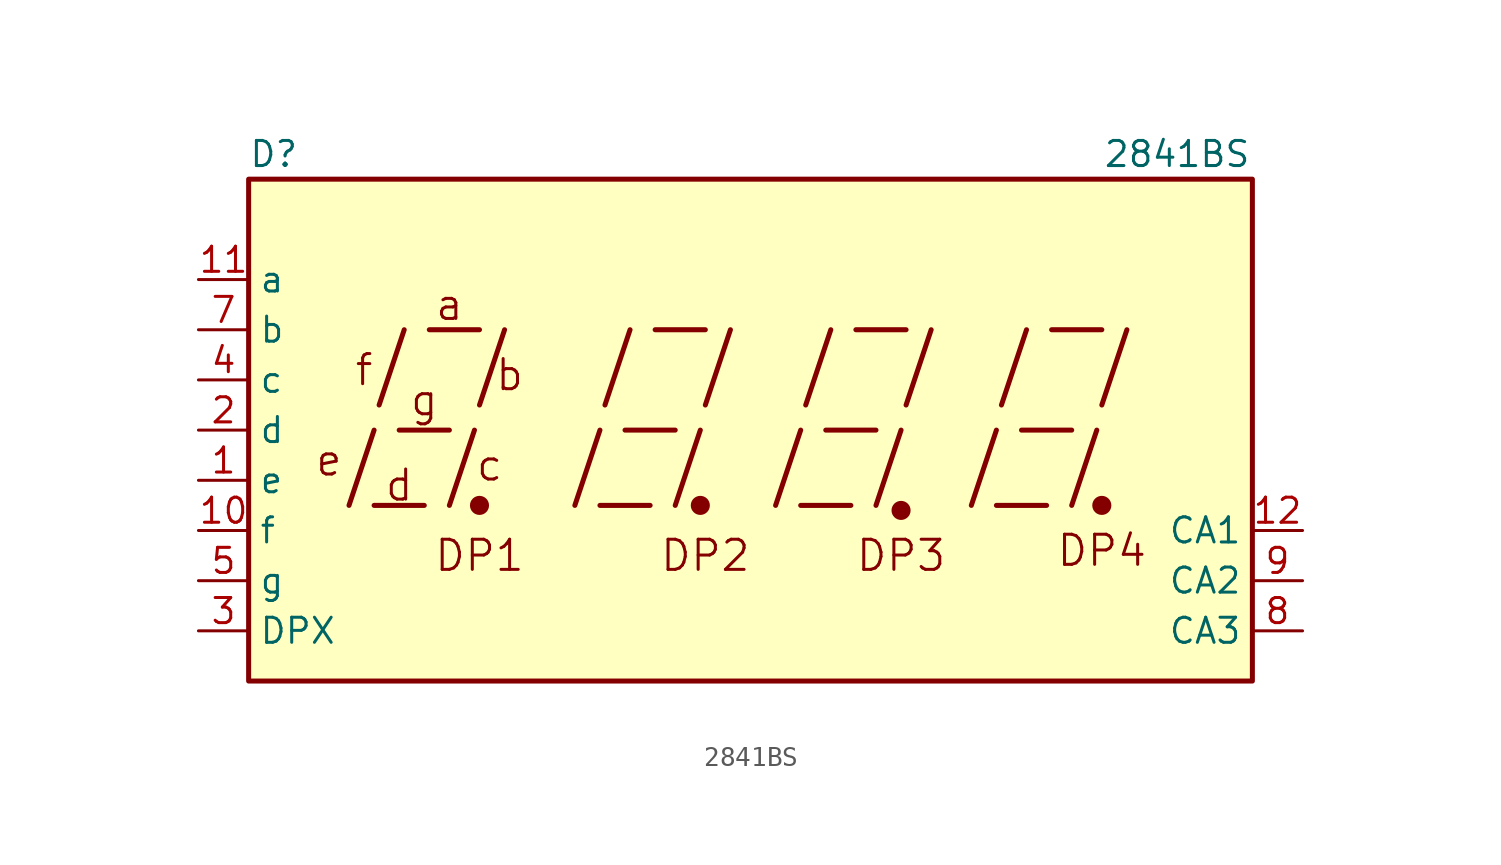
<source format=kicad_sym>
(kicad_symbol_lib
  (version 20220914)
  (generator kicad_symbol_editor)
  (symbol "2841BS"
    (property "Reference" "D"
      (at -25.4 12.7 0)
      (effects (font (size 1.27 1.27))))
    (property "Value" "2841BS"
      (at 20.32 12.7 0)
      (effects (font (size 1.27 1.27))))
    (symbol "2841BS_0_0"
      (rectangle (start -26.67 11.43) (end 24.13 -13.97) (stroke (width 0.254) (type default)) (fill (type background)))
      (polyline (pts (xy -21.59 -5.08) (xy -20.32 -1.27)) (stroke (width 0.254) (type default)) (fill (type none)))
      (polyline (pts (xy -20.32 -5.08) (xy -17.78 -5.08)) (stroke (width 0.254) (type default)) (fill (type none)))
      (polyline (pts (xy -20.066 0) (xy -18.796 3.81)) (stroke (width 0.254) (type default)) (fill (type none)))
      (polyline (pts (xy -19.05 -1.27) (xy -16.51 -1.27)) (stroke (width 0.254) (type default)) (fill (type none)))
      (polyline (pts (xy -17.526 3.81) (xy -14.986 3.81)) (stroke (width 0.254) (type default)) (fill (type none)))
      (polyline (pts (xy -16.51 -5.08) (xy -15.24 -1.27)) (stroke (width 0.254) (type default)) (fill (type none)))
      (polyline (pts (xy -14.986 0) (xy -13.716 3.81)) (stroke (width 0.254) (type default)) (fill (type none)))
      (polyline (pts (xy -10.16 -5.08) (xy -8.89 -1.27)) (stroke (width 0.254) (type default)) (fill (type none)))
      (polyline (pts (xy -8.89 -5.08) (xy -6.35 -5.08)) (stroke (width 0.254) (type default)) (fill (type none)))
      (polyline (pts (xy -8.636 0) (xy -7.366 3.81)) (stroke (width 0.254) (type default)) (fill (type none)))
      (polyline (pts (xy -7.62 -1.27) (xy -5.08 -1.27)) (stroke (width 0.254) (type default)) (fill (type none)))
      (polyline (pts (xy -6.096 3.81) (xy -3.556 3.81)) (stroke (width 0.254) (type default)) (fill (type none)))
      (polyline (pts (xy -5.08 -5.08) (xy -3.81 -1.27)) (stroke (width 0.254) (type default)) (fill (type none)))
      (polyline (pts (xy -3.556 0) (xy -2.286 3.81)) (stroke (width 0.254) (type default)) (fill (type none)))
      (polyline (pts (xy 0 -5.08) (xy 1.27 -1.27)) (stroke (width 0.254) (type default)) (fill (type none)))
      (polyline (pts (xy 1.27 -5.08) (xy 3.81 -5.08)) (stroke (width 0.254) (type default)) (fill (type none)))
      (polyline (pts (xy 1.524 0) (xy 2.794 3.81)) (stroke (width 0.254) (type default)) (fill (type none)))
      (polyline (pts (xy 2.54 -1.27) (xy 5.08 -1.27)) (stroke (width 0.254) (type default)) (fill (type none)))
      (polyline (pts (xy 4.064 3.81) (xy 6.604 3.81)) (stroke (width 0.254) (type default)) (fill (type none)))
      (polyline (pts (xy 5.08 -5.08) (xy 6.35 -1.27)) (stroke (width 0.254) (type default)) (fill (type none)))
      (polyline (pts (xy 6.604 0) (xy 7.874 3.81)) (stroke (width 0.254) (type default)) (fill (type none)))
      (polyline (pts (xy 9.906 -5.08) (xy 11.176 -1.27)) (stroke (width 0.254) (type default)) (fill (type none)))
      (polyline (pts (xy 11.176 -5.08) (xy 13.716 -5.08)) (stroke (width 0.254) (type default)) (fill (type none)))
      (polyline (pts (xy 11.43 0) (xy 12.7 3.81)) (stroke (width 0.254) (type default)) (fill (type none)))
      (polyline (pts (xy 12.446 -1.27) (xy 14.986 -1.27)) (stroke (width 0.254) (type default)) (fill (type none)))
      (polyline (pts (xy 13.97 3.81) (xy 16.51 3.81)) (stroke (width 0.254) (type default)) (fill (type none)))
      (polyline (pts (xy 14.986 -5.08) (xy 16.256 -1.27)) (stroke (width 0.254) (type default)) (fill (type none)))
      (polyline (pts (xy 16.51 0) (xy 17.78 3.81)) (stroke (width 0.254) (type default)) (fill (type none)))
      (text "a" (at -16.51 5.08 0) (effects (font (size 1.524 1.524))))
      (text "b" (at -13.462 1.524 0) (effects (font (size 1.524 1.524))))
      (text "c" (at -14.478 -3.048 0) (effects (font (size 1.524 1.524))))
      (text "d" (at -19.05 -4.064 0) (effects (font (size 1.524 1.524))))
      (text "DP1" (at -14.986 -7.62 0) (effects (font (size 1.524 1.524))))
      (text "DP2" (at -3.556 -7.62 0) (effects (font (size 1.524 1.524))))
      (text "DP3" (at 6.35 -7.62 0) (effects (font (size 1.524 1.524))))
      (text "DP4" (at 16.51 -7.366 0) (effects (font (size 1.524 1.524))))
      (text "e" (at -22.606 -2.794 0) (effects (font (size 1.524 1.524))))
      (text "f" (at -20.828 1.778 0) (effects (font (size 1.524 1.524))))
      (text "g" (at -17.78 0.254 0) (effects (font (size 1.524 1.524)))))
    (symbol "2841BS_0_1"
      (circle (center -14.986 -5.08) (radius 0.356) (stroke (width 0.254) (type default)) (fill (type outline)))
      (circle (center -3.81 -5.08) (radius 0.356) (stroke (width 0.254) (type default)) (fill (type outline))))
    (symbol "2841BS_1_0"
      (circle (center 6.35 -5.334) (radius 0.356) (stroke (width 0.254) (type default)) (fill (type outline)))
      (circle (center 16.51 -5.08) (radius 0.356) (stroke (width 0.254) (type default)) (fill (type outline))))
    (symbol "2841BS_1_1"
      (pin input line (at -29.21 -3.81 0) (length 2.54) (name "e" (effects (font (size 1.27 1.27)))) (number "1" (effects (font (size 1.27 1.27)))))
      (pin input line (at -29.21 -6.35 0) (length 2.54) (name "f" (effects (font (size 1.27 1.27)))) (number "10" (effects (font (size 1.27 1.27)))))
      (pin input line (at -29.21 6.35 0) (length 2.54) (name "a" (effects (font (size 1.27 1.27)))) (number "11" (effects (font (size 1.27 1.27)))))
      (pin input line (at 26.67 -6.35 180) (length 2.54) (name "CA1" (effects (font (size 1.27 1.27)))) (number "12" (effects (font (size 1.27 1.27)))))
      (pin input line (at -29.21 -1.27 0) (length 2.54) (name "d" (effects (font (size 1.27 1.27)))) (number "2" (effects (font (size 1.27 1.27)))))
      (pin input line (at -29.21 -11.43 0) (length 2.54) (name "DPX" (effects (font (size 1.27 1.27)))) (number "3" (effects (font (size 1.27 1.27)))))
      (pin input line (at -29.21 1.27 0) (length 2.54) (name "c" (effects (font (size 1.27 1.27)))) (number "4" (effects (font (size 1.27 1.27)))))
      (pin input line (at -29.21 -8.89 0) (length 2.54) (name "g" (effects (font (size 1.27 1.27)))) (number "5" (effects (font (size 1.27 1.27)))))
      (pin input line (at -29.21 3.81 0) (length 2.54) (name "b" (effects (font (size 1.27 1.27)))) (number "7" (effects (font (size 1.27 1.27)))))
      (pin input line (at 26.67 -11.43 180) (length 2.54) (name "CA3" (effects (font (size 1.27 1.27)))) (number "8" (effects (font (size 1.27 1.27)))))
      (pin input line (at 26.67 -8.89 180) (length 2.54) (name "CA2" (effects (font (size 1.27 1.27)))) (number "9" (effects (font (size 1.27 1.27))))))))
</source>
